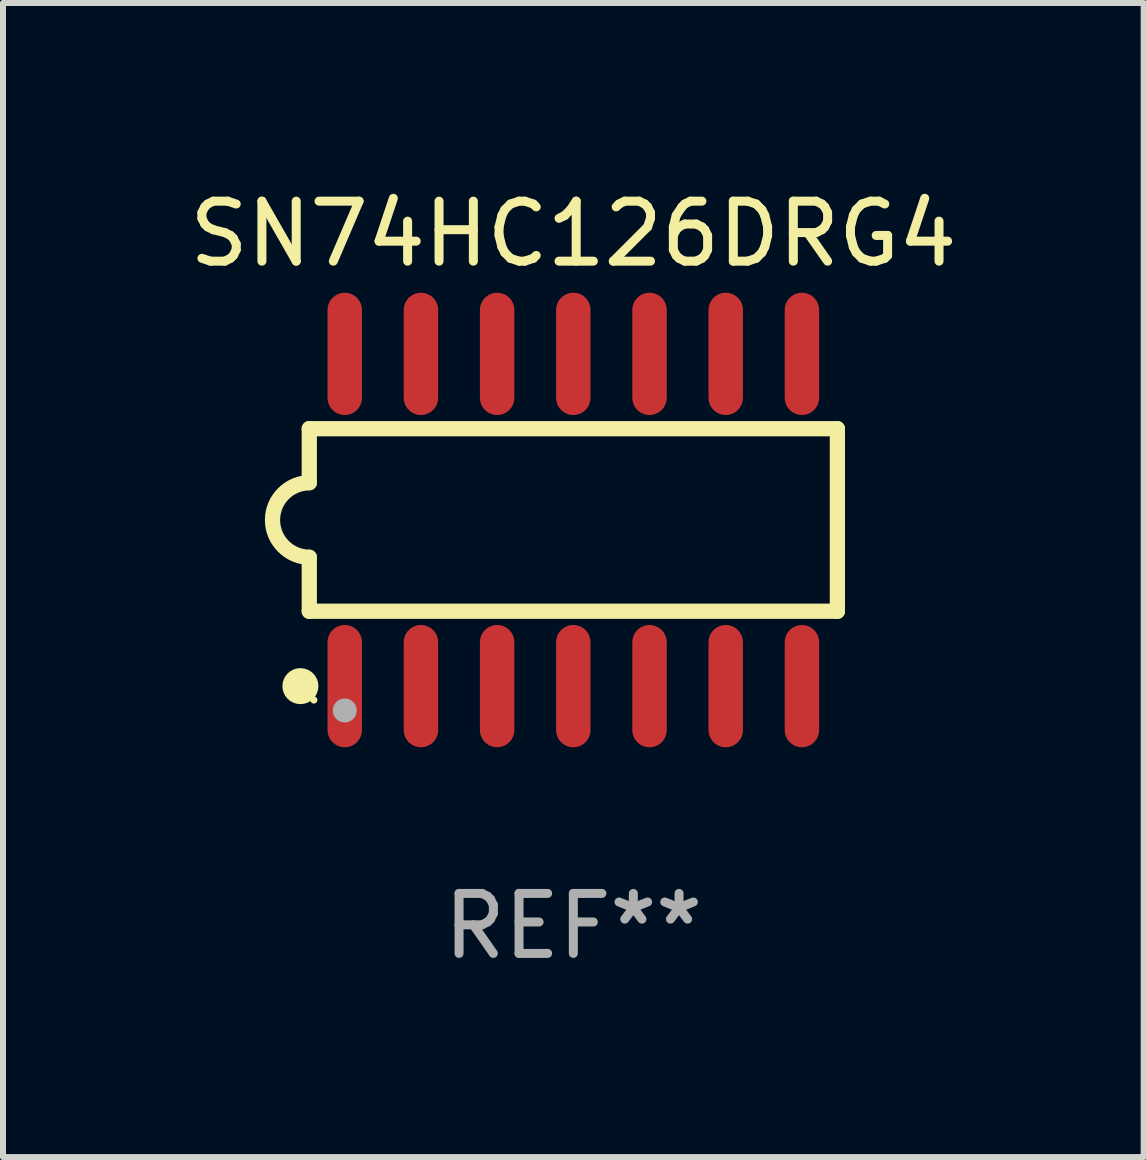
<source format=kicad_pcb>
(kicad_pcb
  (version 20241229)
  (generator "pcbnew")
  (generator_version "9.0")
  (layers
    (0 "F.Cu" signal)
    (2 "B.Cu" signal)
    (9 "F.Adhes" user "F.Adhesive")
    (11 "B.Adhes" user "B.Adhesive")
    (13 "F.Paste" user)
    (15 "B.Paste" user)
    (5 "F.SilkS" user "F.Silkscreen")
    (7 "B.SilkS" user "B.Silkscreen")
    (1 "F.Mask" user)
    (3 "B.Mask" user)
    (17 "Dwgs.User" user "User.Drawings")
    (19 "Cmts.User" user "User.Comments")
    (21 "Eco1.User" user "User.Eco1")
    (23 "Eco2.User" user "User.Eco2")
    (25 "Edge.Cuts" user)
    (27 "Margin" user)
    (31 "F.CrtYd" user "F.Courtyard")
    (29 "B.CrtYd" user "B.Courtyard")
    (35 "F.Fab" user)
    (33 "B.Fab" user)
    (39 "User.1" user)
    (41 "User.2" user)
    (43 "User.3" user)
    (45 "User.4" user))
  (footprint "SN74HC126DRG4"
    (layer "F.Cu")
    (at 6.506 5.617)
    (property "Reference" "SN74HC126DRG4" (at 0 -4.769 0) (layer "F.SilkS") (effects (font (size 1 1) (thickness 0.15))))
    (attr through_hole)
    (fp_line (start -4.401 -1.522) (end -4.401 -0.622) (stroke (width 0.254) (type solid)) (layer "F.SilkS"))
    (fp_line (start -4.401 -1.522) (end 4.401 -1.522) (stroke (width 0.254) (type solid)) (layer "F.SilkS"))
    (fp_line (start -4.401 1.521) (end -4.401 0.621) (stroke (width 0.254) (type solid)) (layer "F.SilkS"))
    (fp_line (start 4.401 -1.522) (end 4.401 1.521) (stroke (width 0.254) (type solid)) (layer "F.SilkS"))
    (fp_line (start 4.401 1.521) (end -4.401 1.521) (stroke (width 0.254) (type solid)) (layer "F.SilkS"))
    (fp_arc (start -4.401219 0.621311) (mid -5.021261 -0.000419) (end -4.400101 -0.621032) (stroke (width 0.254001) (type solid)) (layer "F.SilkS"))
    (fp_circle (center -4.549 2.769) (end -4.399 2.769) (stroke (width 0.3) (type solid)) (fill no) (layer "F.SilkS"))
    (fp_circle (center -4.325 3) (end -4.295 3) (stroke (width 0.06) (type solid)) (fill no) (layer "F.SilkS"))
    (fp_circle (center -3.81 3.175) (end -3.71 3.175) (stroke (width 0.2) (type solid)) (fill no) (layer "F.Fab"))
    (fp_text user "REF**" (at 0 6.769 0) (layer "F.Fab") (effects (font (size 1 1) (thickness 0.15))))
    (pad "1" smd oval (at -3.81 2.769) (size 0.574 2.038) (layers "F.Cu" "F.Mask" "F.Paste"))
    (pad "2" smd oval (at -2.54 2.769) (size 0.574 2.038) (layers "F.Cu" "F.Mask" "F.Paste"))
    (pad "3" smd oval (at -1.27 2.769) (size 0.574 2.038) (layers "F.Cu" "F.Mask" "F.Paste"))
    (pad "4" smd oval (at -0.000051 2.769) (size 0.574 2.038) (layers "F.Cu" "F.Mask" "F.Paste"))
    (pad "5" smd oval (at 1.27 2.769) (size 0.574 2.038) (layers "F.Cu" "F.Mask" "F.Paste"))
    (pad "6" smd oval (at 2.54 2.769) (size 0.574 2.038) (layers "F.Cu" "F.Mask" "F.Paste"))
    (pad "7" smd oval (at 3.81 2.769) (size 0.574 2.038) (layers "F.Cu" "F.Mask" "F.Paste"))
    (pad "8" smd oval (at 3.81 -2.769) (size 0.574 2.038) (layers "F.Cu" "F.Mask" "F.Paste"))
    (pad "9" smd oval (at 2.54 -2.769) (size 0.574 2.038) (layers "F.Cu" "F.Mask" "F.Paste"))
    (pad "10" smd oval (at 1.27 -2.769) (size 0.574 2.038) (layers "F.Cu" "F.Mask" "F.Paste"))
    (pad "11" smd oval (at -0.000051 -2.769) (size 0.574 2.038) (layers "F.Cu" "F.Mask" "F.Paste"))
    (pad "12" smd oval (at -1.27 -2.769) (size 0.574 2.038) (layers "F.Cu" "F.Mask" "F.Paste"))
    (pad "13" smd oval (at -2.54 -2.769) (size 0.574 2.038) (layers "F.Cu" "F.Mask" "F.Paste"))
    (pad "14" smd oval (at -3.81 -2.769) (size 0.574 2.038) (layers "F.Cu" "F.Mask" "F.Paste")))
  (gr_rect
    (start -3 -3)
    (end 16.012 16.235)
    (stroke (width 0.1) (type default))
    (fill no)
    (layer "Edge.Cuts")))
</source>
